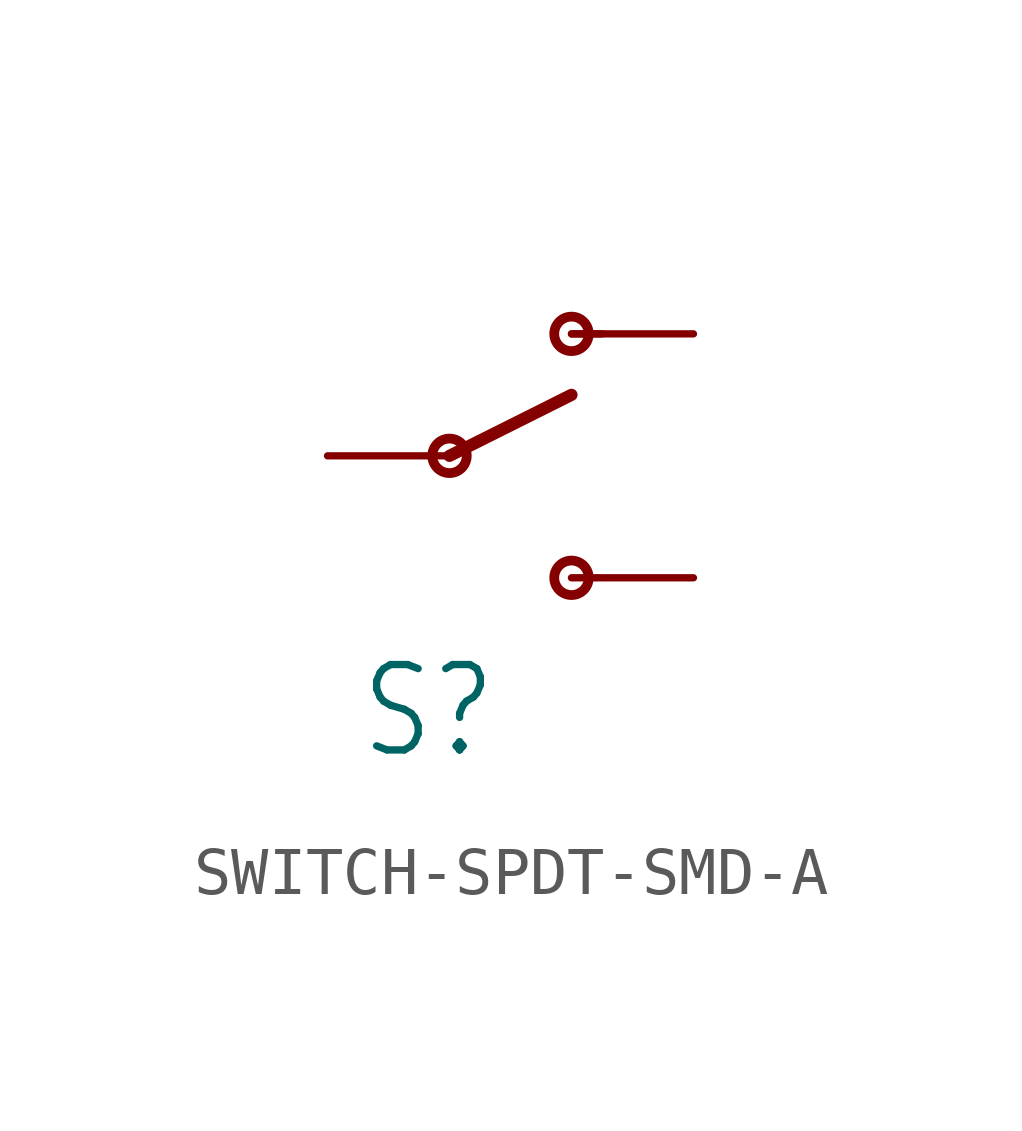
<source format=kicad_sym>
(kicad_symbol_lib
  (version 20220914)
  (generator kicad_symbol_editor)
  (symbol "SWITCH-SPDT-SMD-A"
    (property "Reference" "S"
      (at -1.905 -6.35 0)
      (effects (font (size 1.778 1.511)) (justify left bottom)))
    (property "Value" ""
      (at -2.54 3.81 0)
      (effects (font (size 1.778 1.511)) (justify left bottom)))
    (property "ki_locked" ""
      (at 0 0 0)
      (effects (font (size 1.27 1.27))))
    (symbol "SWITCH-SPDT-SMD-A_1_0"
      (polyline (pts (xy 0 0) (xy 2.54 1.27)) (stroke (width 0.254) (type solid)) (fill (type none)))
      (polyline (pts (xy 2.54 -2.54) (xy 3.175 -2.54)) (stroke (width 0.127) (type solid)) (fill (type none)))
      (polyline (pts (xy 2.54 2.54) (xy 3.175 2.54)) (stroke (width 0.152) (type solid)) (fill (type none)))
      (circle (center 0 0) (radius 0.359) (stroke (width 0.203) (type solid)) (fill (type none)))
      (circle (center 2.54 -2.54) (radius 0.359) (stroke (width 0.203) (type solid)) (fill (type none)))
      (circle (center 2.54 2.54) (radius 0.359) (stroke (width 0.203) (type solid)) (fill (type none)))
      (pin passive line (at 5.08 2.54 180) (length 2.54) (name "O" (effects (font (size 0 0)))) (number "1" (effects (font (size 0 0)))))
      (pin passive line (at -2.54 0 0) (length 2.54) (name "P" (effects (font (size 0 0)))) (number "2" (effects (font (size 0 0)))))
      (pin passive line (at 5.08 -2.54 180) (length 2.54) (name "S" (effects (font (size 0 0)))) (number "3" (effects (font (size 0 0))))))))
</source>
